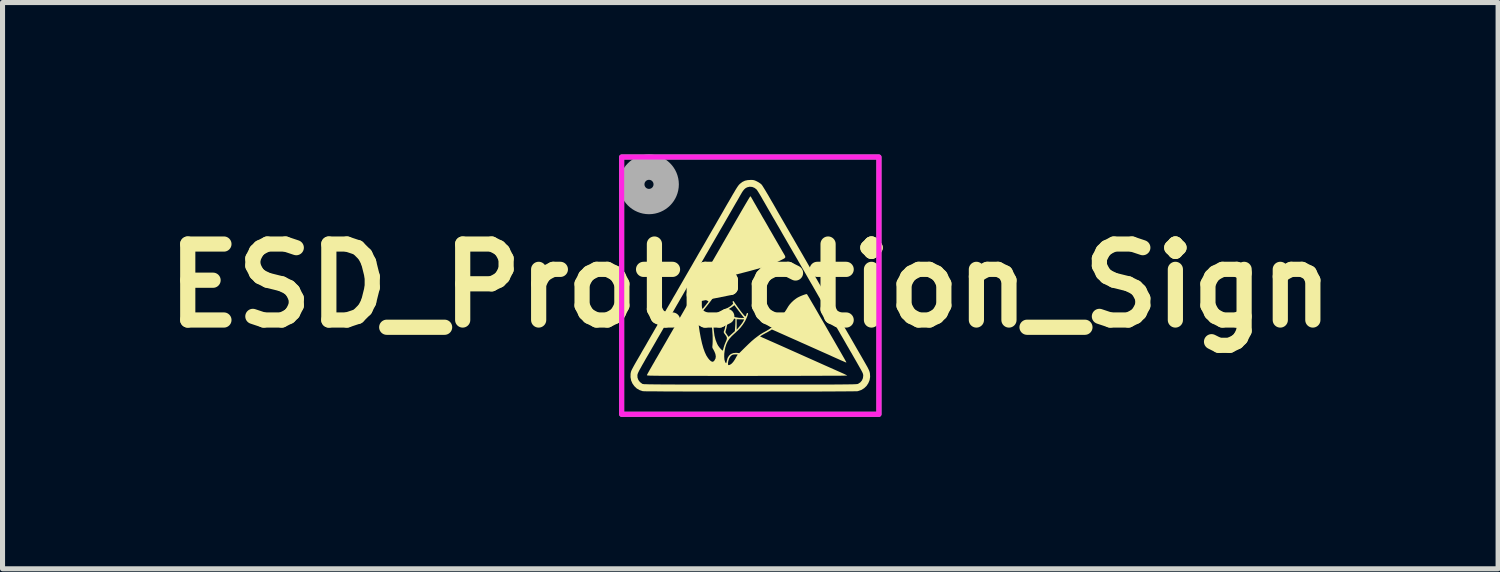
<source format=kicad_pcb>
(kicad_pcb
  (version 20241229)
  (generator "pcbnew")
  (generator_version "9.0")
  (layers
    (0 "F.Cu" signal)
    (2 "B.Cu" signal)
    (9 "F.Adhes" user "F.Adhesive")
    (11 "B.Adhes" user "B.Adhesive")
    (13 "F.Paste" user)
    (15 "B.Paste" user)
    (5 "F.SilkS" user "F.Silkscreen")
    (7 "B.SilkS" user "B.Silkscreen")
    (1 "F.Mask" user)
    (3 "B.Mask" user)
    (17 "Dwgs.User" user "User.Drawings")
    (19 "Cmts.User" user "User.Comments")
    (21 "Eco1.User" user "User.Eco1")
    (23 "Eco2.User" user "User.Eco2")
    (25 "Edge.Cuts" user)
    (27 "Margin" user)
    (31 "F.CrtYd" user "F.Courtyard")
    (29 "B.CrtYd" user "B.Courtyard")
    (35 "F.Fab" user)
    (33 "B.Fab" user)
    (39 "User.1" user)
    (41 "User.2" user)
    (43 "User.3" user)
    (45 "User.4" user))
  (footprint "ESD_Protection_Sign"
    (layer "F.Cu")
    (at 11.764 2.59)
    (property "Reference" "ESD_Protection_Sign" (at 0 0 0) (layer "F.SilkS") (effects (font (size 1.5 1.5) (thickness 0.3))))
    (attr board_only exclude_from_pos_files exclude_from_bom)
    (fp_poly (pts (xy 0.037 -2.087) (xy 0.064 -2.084) (xy 0.087 -2.078) (xy 0.115 -2.066) (xy 0.133 -2.057) (xy 0.166 -2.039) (xy 0.197 -2.018) (xy 0.22 -1.999) (xy 0.222 -1.996) (xy 0.234 -1.981) (xy 0.252 -1.953) (xy 0.275 -1.916) (xy 0.302 -1.872) (xy 0.331 -1.823) (xy 0.351 -1.79) (xy 0.379 -1.741) (xy 0.414 -1.68) (xy 0.454 -1.612) (xy 0.496 -1.539) (xy 0.539 -1.463) (xy 0.582 -1.389) (xy 0.615 -1.332) (xy 0.652 -1.268) (xy 0.688 -1.206) (xy 0.721 -1.148) (xy 0.751 -1.097) (xy 0.776 -1.054) (xy 0.795 -1.021) (xy 0.808 -0.999) (xy 0.809 -0.997) (xy 0.82 -0.977) (xy 0.836 -0.951) (xy 0.855 -0.918) (xy 0.879 -0.876) (xy 0.908 -0.826) (xy 0.942 -0.766) (xy 0.983 -0.696) (xy 1.03 -0.615) (xy 1.084 -0.521) (xy 1.145 -0.415) (xy 1.189 -0.339) (xy 1.24 -0.251) (xy 1.285 -0.173) (xy 1.326 -0.102) (xy 1.364 -0.035) (xy 1.402 0.03) (xy 1.442 0.099) (xy 1.485 0.172) (xy 1.533 0.255) (xy 1.565 0.311) (xy 1.587 0.349) (xy 1.615 0.398) (xy 1.647 0.453) (xy 1.68 0.511) (xy 1.712 0.567) (xy 1.72 0.58) (xy 1.751 0.635) (xy 1.784 0.691) (xy 1.815 0.745) (xy 1.843 0.794) (xy 1.866 0.833) (xy 1.871 0.842) (xy 1.893 0.879) (xy 1.923 0.931) (xy 1.961 0.996) (xy 2.007 1.076) (xy 2.061 1.17) (xy 2.123 1.278) (xy 2.194 1.4) (xy 2.272 1.536) (xy 2.285 1.559) (xy 2.313 1.608) (xy 2.332 1.646) (xy 2.346 1.676) (xy 2.355 1.702) (xy 2.361 1.728) (xy 2.362 1.731) (xy 2.366 1.799) (xy 2.356 1.864) (xy 2.331 1.925) (xy 2.295 1.98) (xy 2.248 2.025) (xy 2.191 2.06) (xy 2.127 2.082) (xy 2.118 2.084) (xy 2.105 2.085) (xy 2.078 2.085) (xy 2.035 2.086) (xy 1.979 2.087) (xy 1.91 2.087) (xy 1.829 2.088) (xy 1.737 2.088) (xy 1.634 2.089) (xy 1.521 2.089) (xy 1.4 2.09) (xy 1.271 2.09) (xy 1.135 2.09) (xy 0.992 2.091) (xy 0.845 2.091) (xy 0.692 2.091) (xy 0.536 2.091) (xy 0.378 2.091) (xy 0.217 2.091) (xy 0.055 2.091) (xy -0.107 2.091) (xy -0.269 2.091) (xy -0.429 2.091) (xy -0.587 2.091) (xy -0.742 2.091) (xy -0.893 2.091) (xy -1.039 2.09) (xy -1.18 2.09) (xy -1.314 2.09) (xy -1.441 2.089) (xy -1.56 2.089) (xy -1.669 2.089) (xy -1.769 2.088) (xy -1.858 2.087) (xy -1.936 2.087) (xy -2.002 2.086) (xy -2.054 2.086) (xy -2.092 2.085) (xy -2.115 2.084) (xy -2.122 2.084) (xy -2.185 2.063) (xy -2.242 2.03) (xy -2.289 1.985) (xy -2.327 1.932) (xy -2.353 1.872) (xy -2.365 1.807) (xy -2.364 1.765) (xy -2.229 1.765) (xy -2.227 1.815) (xy -2.21 1.862) (xy -2.179 1.903) (xy -2.136 1.936) (xy -2.129 1.94) (xy -2.125 1.941) (xy -2.119 1.942) (xy -2.11 1.943) (xy -2.098 1.945) (xy -2.081 1.946) (xy -2.06 1.946) (xy -2.033 1.947) (xy -2.001 1.948) (xy -1.962 1.949) (xy -1.916 1.949) (xy -1.862 1.95) (xy -1.8 1.95) (xy -1.73 1.951) (xy -1.65 1.951) (xy -1.56 1.951) (xy -1.459 1.952) (xy -1.347 1.952) (xy -1.224 1.952) (xy -1.088 1.952) (xy -0.94 1.952) (xy -0.777 1.953) (xy -0.601 1.953) (xy -0.411 1.953) (xy -0.204 1.953) (xy -0.004 1.953) (xy 0.215 1.953) (xy 0.418 1.953) (xy 0.607 1.953) (xy 0.78 1.953) (xy 0.94 1.953) (xy 1.086 1.953) (xy 1.22 1.952) (xy 1.341 1.952) (xy 1.451 1.952) (xy 1.55 1.952) (xy 1.639 1.952) (xy 1.717 1.951) (xy 1.787 1.951) (xy 1.848 1.95) (xy 1.901 1.95) (xy 1.946 1.949) (xy 1.985 1.949) (xy 2.018 1.948) (xy 2.045 1.947) (xy 2.067 1.946) (xy 2.084 1.945) (xy 2.098 1.944) (xy 2.109 1.943) (xy 2.116 1.942) (xy 2.122 1.94) (xy 2.127 1.939) (xy 2.129 1.938) (xy 2.172 1.91) (xy 2.204 1.872) (xy 2.224 1.826) (xy 2.23 1.776) (xy 2.229 1.766) (xy 2.228 1.758) (xy 2.227 1.75) (xy 2.224 1.74) (xy 2.22 1.728) (xy 2.213 1.713) (xy 2.203 1.693) (xy 2.189 1.667) (xy 2.171 1.635) (xy 2.148 1.594) (xy 2.12 1.545) (xy 2.086 1.485) (xy 2.045 1.414) (xy 1.997 1.33) (xy 1.969 1.283) (xy 1.941 1.234) (xy 1.906 1.174) (xy 1.868 1.107) (xy 1.827 1.036) (xy 1.786 0.966) (xy 1.748 0.899) (xy 1.743 0.891) (xy 1.709 0.832) (xy 1.676 0.775) (xy 1.646 0.723) (xy 1.619 0.677) (xy 1.598 0.639) (xy 1.582 0.613) (xy 1.578 0.605) (xy 1.559 0.574) (xy 1.533 0.529) (xy 1.5 0.47) (xy 1.458 0.399) (xy 1.41 0.315) (xy 1.354 0.219) (xy 1.292 0.111) (xy 1.226 -0.004) (xy 1.186 -0.072) (xy 1.144 -0.145) (xy 1.102 -0.219) (xy 1.06 -0.291) (xy 1.022 -0.356) (xy 0.99 -0.412) (xy 0.983 -0.425) (xy 0.958 -0.467) (xy 0.936 -0.506) (xy 0.915 -0.542) (xy 0.894 -0.578) (xy 0.872 -0.616) (xy 0.849 -0.655) (xy 0.824 -0.699) (xy 0.795 -0.749) (xy 0.762 -0.806) (xy 0.724 -0.872) (xy 0.68 -0.948) (xy 0.629 -1.036) (xy 0.605 -1.079) (xy 0.567 -1.145) (xy 0.527 -1.213) (xy 0.489 -1.28) (xy 0.452 -1.342) (xy 0.42 -1.398) (xy 0.393 -1.445) (xy 0.38 -1.467) (xy 0.349 -1.52) (xy 0.314 -1.582) (xy 0.277 -1.646) (xy 0.242 -1.706) (xy 0.225 -1.737) (xy 0.199 -1.781) (xy 0.174 -1.823) (xy 0.152 -1.858) (xy 0.135 -1.884) (xy 0.124 -1.899) (xy 0.124 -1.899) (xy 0.084 -1.93) (xy 0.038 -1.949) (xy -0.012 -1.953) (xy -0.06 -1.942) (xy -0.069 -1.938) (xy -0.097 -1.922) (xy -0.121 -1.9) (xy -0.146 -1.869) (xy -0.173 -1.827) (xy -0.177 -1.818) (xy -0.194 -1.79) (xy -0.217 -1.749) (xy -0.247 -1.696) (xy -0.283 -1.635) (xy -0.323 -1.566) (xy -0.366 -1.491) (xy -0.412 -1.412) (xy -0.459 -1.33) (xy -0.507 -1.247) (xy -0.555 -1.164) (xy -0.602 -1.084) (xy -0.635 -1.026) (xy -0.675 -0.957) (xy -0.716 -0.886) (xy -0.758 -0.814) (xy -0.797 -0.746) (xy -0.833 -0.683) (xy -0.864 -0.63) (xy -0.879 -0.605) (xy -0.913 -0.545) (xy -0.953 -0.476) (xy -0.994 -0.405) (xy -1.033 -0.337) (xy -1.063 -0.286) (xy -1.083 -0.251) (xy -1.101 -0.22) (xy -1.118 -0.191) (xy -1.134 -0.163) (xy -1.15 -0.136) (xy -1.167 -0.106) (xy -1.185 -0.074) (xy -1.207 -0.037) (xy -1.231 0.005) (xy -1.26 0.054) (xy -1.293 0.112) (xy -1.332 0.18) (xy -1.378 0.259) (xy -1.43 0.35) (xy -1.441 0.368) (xy -1.517 0.501) (xy -1.586 0.62) (xy -1.648 0.726) (xy -1.702 0.82) (xy -1.748 0.901) (xy -1.788 0.97) (xy -1.822 1.028) (xy -1.849 1.075) (xy -1.867 1.107) (xy -1.888 1.143) (xy -1.914 1.188) (xy -1.942 1.236) (xy -1.968 1.281) (xy -1.969 1.283) (xy -2.022 1.374) (xy -2.067 1.451) (xy -2.104 1.517) (xy -2.136 1.572) (xy -2.161 1.618) (xy -2.182 1.655) (xy -2.198 1.685) (xy -2.209 1.708) (xy -2.218 1.727) (xy -2.223 1.742) (xy -2.227 1.754) (xy -2.228 1.765) (xy -2.229 1.765) (xy -2.364 1.765) (xy -2.364 1.741) (xy -2.362 1.732) (xy -2.36 1.719) (xy -2.357 1.707) (xy -2.354 1.695) (xy -2.349 1.681) (xy -2.342 1.665) (xy -2.332 1.645) (xy -2.318 1.619) (xy -2.301 1.587) (xy -2.278 1.546) (xy -2.25 1.497) (xy -2.215 1.437) (xy -2.173 1.365) (xy -2.136 1.299) (xy -2.099 1.236) (xy -2.062 1.173) (xy -2.027 1.111) (xy -1.994 1.054) (xy -1.966 1.005) (xy -1.943 0.965) (xy -1.935 0.952) (xy -1.912 0.912) (xy -1.882 0.859) (xy -1.846 0.798) (xy -1.807 0.73) (xy -1.765 0.657) (xy -1.722 0.583) (xy -1.68 0.509) (xy -1.639 0.439) (xy -1.601 0.374) (xy -1.568 0.317) (xy -1.541 0.271) (xy -1.541 0.27) (xy -1.513 0.221) (xy -1.48 0.166) (xy -1.448 0.11) (xy -1.42 0.061) (xy -1.383 -0.003) (xy -1.342 -0.074) (xy -1.296 -0.154) (xy -1.244 -0.244) (xy -1.189 -0.339) (xy -1.154 -0.399) (xy -1.114 -0.469) (xy -1.068 -0.548) (xy -1.019 -0.634) (xy -0.966 -0.725) (xy -0.911 -0.819) (xy -0.856 -0.915) (xy -0.801 -1.011) (xy -0.747 -1.104) (xy -0.695 -1.193) (xy -0.647 -1.277) (xy -0.603 -1.353) (xy -0.565 -1.419) (xy -0.533 -1.474) (xy -0.519 -1.5) (xy -0.465 -1.594) (xy -0.418 -1.674) (xy -0.378 -1.743) (xy -0.345 -1.801) (xy -0.316 -1.849) (xy -0.293 -1.889) (xy -0.273 -1.921) (xy -0.257 -1.946) (xy -0.243 -1.966) (xy -0.232 -1.981) (xy -0.222 -1.993) (xy -0.212 -2.003) (xy -0.203 -2.012) (xy -0.203 -2.012) (xy -0.156 -2.048) (xy -0.106 -2.072) (xy -0.05 -2.084) (xy 0.001 -2.087)) (stroke (width 0) (type solid)) (fill yes) (layer "F.SilkS"))
    (fp_poly (pts (xy 0.008 -1.759) (xy 0.019 -1.744) (xy 0.02 -1.741) (xy 0.027 -1.728) (xy 0.042 -1.703) (xy 0.062 -1.667) (xy 0.088 -1.622) (xy 0.118 -1.57) (xy 0.151 -1.512) (xy 0.187 -1.45) (xy 0.198 -1.432) (xy 0.239 -1.359) (xy 0.284 -1.283) (xy 0.329 -1.205) (xy 0.372 -1.129) (xy 0.413 -1.059) (xy 0.449 -0.997) (xy 0.472 -0.956) (xy 0.506 -0.898) (xy 0.54 -0.839) (xy 0.573 -0.782) (xy 0.604 -0.729) (xy 0.629 -0.685) (xy 0.643 -0.662) (xy 0.667 -0.621) (xy 0.684 -0.591) (xy 0.691 -0.57) (xy 0.689 -0.554) (xy 0.676 -0.541) (xy 0.652 -0.527) (xy 0.615 -0.508) (xy 0.597 -0.499) (xy 0.533 -0.468) (xy 0.463 -0.439) (xy 0.387 -0.41) (xy 0.301 -0.38) (xy 0.205 -0.35) (xy 0.097 -0.319) (xy -0.024 -0.286) (xy -0.159 -0.251) (xy -0.172 -0.247) (xy -0.421 -0.185) (xy -0.458 -0.147) (xy -0.483 -0.119) (xy -0.509 -0.085) (xy -0.525 -0.06) (xy -0.546 -0.026) (xy -0.576 0.019) (xy -0.613 0.072) (xy -0.655 0.131) (xy -0.699 0.193) (xy -0.746 0.256) (xy -0.792 0.318) (xy -0.837 0.376) (xy -0.878 0.428) (xy -0.914 0.472) (xy -0.931 0.493) (xy -0.957 0.524) (xy -0.981 0.555) (xy -0.999 0.581) (xy -1.007 0.595) (xy -1.017 0.629) (xy -1.022 0.677) (xy -1.021 0.738) (xy -1.014 0.813) (xy -1.001 0.903) (xy -0.982 1.007) (xy -0.977 1.034) (xy -0.953 1.141) (xy -0.927 1.234) (xy -0.899 1.312) (xy -0.869 1.377) (xy -0.835 1.43) (xy -0.807 1.464) (xy -0.778 1.49) (xy -0.754 1.502) (xy -0.734 1.501) (xy -0.715 1.486) (xy -0.708 1.477) (xy -0.687 1.439) (xy -0.681 1.398) (xy -0.689 1.35) (xy -0.694 1.337) (xy -0.707 1.304) (xy -0.723 1.272) (xy -0.732 1.256) (xy -0.746 1.232) (xy -0.75 1.212) (xy -0.748 1.187) (xy -0.745 1.151) (xy -0.743 1.103) (xy -0.743 1.047) (xy -0.744 0.986) (xy -0.748 0.925) (xy -0.752 0.869) (xy -0.76 0.78) (xy -0.73 0.78) (xy -0.72 0.889) (xy -0.707 0.987) (xy -0.685 1.073) (xy -0.655 1.148) (xy -0.637 1.182) (xy -0.621 1.204) (xy -0.602 1.229) (xy -0.581 1.252) (xy -0.563 1.27) (xy -0.549 1.281) (xy -0.543 1.282) (xy -0.54 1.273) (xy -0.534 1.253) (xy -0.527 1.226) (xy -0.517 1.192) (xy -0.502 1.151) (xy -0.486 1.113) (xy -0.485 1.11) (xy -0.469 1.073) (xy -0.462 1.046) (xy -0.463 1.023) (xy -0.474 0.998) (xy -0.495 0.968) (xy -0.498 0.964) (xy -0.515 0.941) (xy -0.523 0.926) (xy -0.524 0.919) (xy -0.492 0.919) (xy -0.461 0.966) (xy -0.43 1.012) (xy -0.368 0.955) (xy -0.305 0.898) (xy -0.3 0.831) (xy -0.297 0.79) (xy -0.295 0.747) (xy -0.294 0.712) (xy -0.294 0.711) (xy -0.294 0.663) (xy -0.27 0.663) (xy -0.269 0.767) (xy -0.269 0.87) (xy -0.244 0.842) (xy -0.225 0.819) (xy -0.201 0.791) (xy -0.187 0.773) (xy -0.169 0.749) (xy -0.151 0.723) (xy -0.136 0.698) (xy -0.126 0.678) (xy -0.123 0.668) (xy -0.13 0.667) (xy -0.15 0.666) (xy -0.18 0.665) (xy -0.196 0.665) (xy -0.27 0.663) (xy -0.294 0.663) (xy -0.294 0.658) (xy -0.366 0.636) (xy -0.397 0.626) (xy -0.422 0.619) (xy -0.436 0.616) (xy -0.438 0.616) (xy -0.44 0.624) (xy -0.442 0.645) (xy -0.446 0.675) (xy -0.449 0.702) (xy -0.455 0.747) (xy -0.463 0.796) (xy -0.471 0.839) (xy -0.475 0.853) (xy -0.492 0.919) (xy -0.524 0.919) (xy -0.525 0.913) (xy -0.52 0.899) (xy -0.518 0.894) (xy -0.504 0.853) (xy -0.493 0.799) (xy -0.483 0.737) (xy -0.477 0.671) (xy -0.476 0.659) (xy -0.474 0.619) (xy -0.472 0.593) (xy -0.466 0.579) (xy -0.453 0.576) (xy -0.432 0.581) (xy -0.4 0.593) (xy -0.388 0.597) (xy -0.305 0.621) (xy -0.224 0.635) (xy -0.177 0.637) (xy -0.12 0.637) (xy -0.142 0.611) (xy -0.155 0.595) (xy -0.175 0.569) (xy -0.2 0.536) (xy -0.228 0.5) (xy -0.239 0.485) (xy -0.314 0.385) (xy -0.339 0.405) (xy -0.381 0.435) (xy -0.429 0.463) (xy -0.476 0.484) (xy -0.486 0.487) (xy -0.5 0.492) (xy -0.512 0.498) (xy -0.524 0.507) (xy -0.538 0.521) (xy -0.555 0.541) (xy -0.577 0.57) (xy -0.605 0.609) (xy -0.628 0.641) (xy -0.73 0.78) (xy -0.76 0.78) (xy -0.761 0.77) (xy -0.725 0.722) (xy -0.707 0.698) (xy -0.682 0.664) (xy -0.653 0.625) (xy -0.624 0.585) (xy -0.617 0.576) (xy -0.589 0.537) (xy -0.567 0.51) (xy -0.551 0.491) (xy -0.536 0.479) (xy -0.522 0.471) (xy -0.508 0.465) (xy -0.446 0.439) (xy -0.395 0.408) (xy -0.369 0.387) (xy -0.349 0.368) (xy -0.34 0.356) (xy -0.339 0.347) (xy -0.344 0.337) (xy -0.351 0.321) (xy -0.346 0.31) (xy -0.345 0.309) (xy -0.335 0.303) (xy -0.333 0.303) (xy -0.327 0.311) (xy -0.314 0.329) (xy -0.297 0.355) (xy -0.282 0.376) (xy -0.246 0.427) (xy -0.207 0.48) (xy -0.169 0.53) (xy -0.134 0.572) (xy -0.121 0.588) (xy -0.104 0.604) (xy -0.093 0.607) (xy -0.084 0.595) (xy -0.077 0.568) (xy -0.077 0.566) (xy -0.069 0.547) (xy -0.058 0.539) (xy -0.047 0.545) (xy -0.045 0.547) (xy -0.045 0.56) (xy -0.052 0.583) (xy -0.063 0.614) (xy -0.078 0.649) (xy -0.095 0.685) (xy -0.113 0.717) (xy -0.15 0.774) (xy -0.192 0.828) (xy -0.242 0.881) (xy -0.302 0.937) (xy -0.309 0.943) (xy -0.367 0.997) (xy -0.411 1.047) (xy -0.445 1.097) (xy -0.47 1.148) (xy -0.474 1.158) (xy -0.493 1.218) (xy -0.506 1.282) (xy -0.514 1.346) (xy -0.515 1.406) (xy -0.511 1.459) (xy -0.499 1.5) (xy -0.498 1.504) (xy -0.487 1.524) (xy -0.478 1.531) (xy -0.472 1.522) (xy -0.466 1.498) (xy -0.463 1.481) (xy -0.447 1.426) (xy -0.42 1.382) (xy -0.383 1.35) (xy -0.336 1.331) (xy -0.282 1.326) (xy -0.262 1.327) (xy -0.218 1.333) (xy -0.111 1.227) (xy -0.038 1.156) (xy 0.026 1.096) (xy 0.085 1.046) (xy 0.141 1.003) (xy 0.194 0.965) (xy 0.249 0.931) (xy 0.306 0.9) (xy 0.308 0.899) (xy 0.377 0.858) (xy 0.444 0.806) (xy 0.511 0.742) (xy 0.577 0.667) (xy 0.643 0.577) (xy 0.712 0.473) (xy 0.752 0.407) (xy 0.779 0.37) (xy 0.816 0.329) (xy 0.859 0.289) (xy 0.904 0.255) (xy 0.928 0.239) (xy 0.962 0.221) (xy 0.999 0.204) (xy 1.036 0.189) (xy 1.07 0.177) (xy 1.097 0.169) (xy 1.115 0.167) (xy 1.119 0.168) (xy 1.125 0.178) (xy 1.139 0.201) (xy 1.161 0.237) (xy 1.19 0.287) (xy 1.227 0.35) (xy 1.271 0.425) (xy 1.322 0.513) (xy 1.379 0.613) (xy 1.444 0.724) (xy 1.5 0.821) (xy 1.532 0.877) (xy 1.563 0.931) (xy 1.592 0.982) (xy 1.618 1.026) (xy 1.638 1.061) (xy 1.651 1.083) (xy 1.706 1.179) (xy 1.755 1.264) (xy 1.797 1.337) (xy 1.832 1.398) (xy 1.859 1.445) (xy 1.878 1.48) (xy 1.89 1.501) (xy 1.893 1.507) (xy 1.895 1.511) (xy 1.896 1.515) (xy 1.896 1.517) (xy 1.893 1.517) (xy 1.886 1.515) (xy 1.873 1.51) (xy 1.853 1.501) (xy 1.825 1.489) (xy 1.787 1.473) (xy 1.739 1.451) (xy 1.678 1.424) (xy 1.603 1.39) (xy 1.602 1.389) (xy 1.533 1.358) (xy 1.456 1.324) (xy 1.373 1.287) (xy 1.286 1.248) (xy 1.196 1.208) (xy 1.105 1.167) (xy 1.014 1.127) (xy 0.926 1.087) (xy 0.842 1.05) (xy 0.763 1.015) (xy 0.692 0.983) (xy 0.629 0.955) (xy 0.577 0.932) (xy 0.537 0.914) (xy 0.517 0.905) (xy 0.426 0.865) (xy 0.403 0.881) (xy 0.386 0.891) (xy 0.358 0.907) (xy 0.326 0.925) (xy 0.306 0.935) (xy 0.273 0.953) (xy 0.243 0.97) (xy 0.22 0.983) (xy 0.213 0.988) (xy 0.192 1.004) (xy 0.213 1.012) (xy 0.224 1.017) (xy 0.248 1.028) (xy 0.285 1.044) (xy 0.332 1.065) (xy 0.388 1.09) (xy 0.452 1.118) (xy 0.522 1.149) (xy 0.596 1.182) (xy 0.621 1.193) (xy 0.795 1.271) (xy 0.957 1.343) (xy 1.106 1.41) (xy 1.241 1.47) (xy 1.364 1.525) (xy 1.473 1.574) (xy 1.568 1.616) (xy 1.649 1.652) (xy 1.716 1.682) (xy 1.768 1.705) (xy 1.806 1.722) (xy 1.808 1.723) (xy 1.846 1.74) (xy 1.877 1.755) (xy 1.9 1.767) (xy 1.912 1.774) (xy 1.912 1.775) (xy 1.904 1.776) (xy 1.881 1.776) (xy 1.842 1.777) (xy 1.789 1.778) (xy 1.723 1.778) (xy 1.643 1.778) (xy 1.552 1.779) (xy 1.449 1.779) (xy 1.336 1.78) (xy 1.212 1.78) (xy 1.079 1.78) (xy 0.938 1.781) (xy 0.789 1.781) (xy 0.632 1.781) (xy 0.469 1.781) (xy 0.3 1.781) (xy 0.126 1.782) (xy -0.052 1.782) (xy -0.066 1.782) (xy -0.279 1.782) (xy -0.475 1.782) (xy -0.656 1.782) (xy -0.823 1.782) (xy -0.976 1.781) (xy -1.115 1.781) (xy -1.242 1.781) (xy -1.357 1.781) (xy -1.46 1.781) (xy -1.552 1.781) (xy -1.635 1.78) (xy -1.707 1.78) (xy -1.77 1.78) (xy -1.825 1.779) (xy -1.872 1.779) (xy -1.911 1.778) (xy -1.944 1.777) (xy -1.971 1.777) (xy -1.993 1.776) (xy -2.009 1.775) (xy -2.022 1.774) (xy -2.03 1.773) (xy -2.036 1.771) (xy -2.039 1.77) (xy -2.041 1.768) (xy -2.041 1.767) (xy -2.041 1.765) (xy -2.036 1.755) (xy -2.024 1.732) (xy -2.005 1.698) (xy -1.981 1.655) (xy -1.952 1.605) (xy -1.921 1.55) (xy -0.44 1.55) (xy -0.436 1.566) (xy -0.424 1.57) (xy -0.402 1.562) (xy -0.393 1.557) (xy -0.364 1.536) (xy -0.335 1.503) (xy -0.306 1.461) (xy -0.29 1.433) (xy -0.276 1.406) (xy -0.262 1.383) (xy -0.254 1.371) (xy -0.249 1.363) (xy -0.252 1.359) (xy -0.265 1.357) (xy -0.292 1.357) (xy -0.327 1.359) (xy -0.353 1.366) (xy -0.369 1.375) (xy -0.396 1.402) (xy -0.419 1.441) (xy -0.434 1.488) (xy -0.439 1.52) (xy -0.44 1.55) (xy -1.921 1.55) (xy -1.92 1.549) (xy -1.885 1.489) (xy -1.884 1.485) (xy -1.847 1.423) (xy -1.814 1.366) (xy -1.784 1.314) (xy -1.755 1.264) (xy -1.726 1.214) (xy -1.697 1.164) (xy -1.666 1.111) (xy -1.633 1.053) (xy -1.597 0.99) (xy -1.556 0.919) (xy -1.509 0.838) (xy -1.456 0.746) (xy -1.41 0.666) (xy -1.373 0.603) (xy -1.339 0.544) (xy -1.309 0.492) (xy -1.283 0.446) (xy -1.262 0.41) (xy -1.247 0.384) (xy -1.239 0.371) (xy -1.237 0.369) (xy -1.229 0.371) (xy -1.209 0.379) (xy -1.178 0.391) (xy -1.14 0.408) (xy -1.104 0.424) (xy -1.061 0.443) (xy -1.023 0.459) (xy -0.992 0.472) (xy -0.972 0.48) (xy -0.965 0.482) (xy -0.958 0.476) (xy -0.943 0.46) (xy -0.923 0.437) (xy -0.9 0.409) (xy -0.877 0.381) (xy -0.856 0.353) (xy -0.838 0.331) (xy -0.828 0.315) (xy -0.825 0.311) (xy -0.831 0.307) (xy -0.847 0.298) (xy -0.875 0.285) (xy -0.916 0.266) (xy -0.97 0.242) (xy -1.039 0.211) (xy -1.048 0.207) (xy -1.079 0.193) (xy -1.103 0.181) (xy -1.117 0.173) (xy -1.12 0.17) (xy -1.116 0.162) (xy -1.105 0.142) (xy -1.087 0.11) (xy -1.065 0.071) (xy -1.038 0.024) (xy -1.008 -0.028) (xy -1 -0.042) (xy -0.969 -0.097) (xy -0.939 -0.147) (xy -0.913 -0.193) (xy -0.891 -0.231) (xy -0.875 -0.259) (xy -0.865 -0.276) (xy -0.864 -0.278) (xy -0.856 -0.293) (xy -0.84 -0.32) (xy -0.819 -0.356) (xy -0.794 -0.399) (xy -0.767 -0.447) (xy -0.754 -0.47) (xy -0.723 -0.523) (xy -0.686 -0.587) (xy -0.646 -0.656) (xy -0.605 -0.727) (xy -0.565 -0.796) (xy -0.539 -0.842) (xy -0.509 -0.893) (xy -0.473 -0.956) (xy -0.431 -1.028) (xy -0.386 -1.106) (xy -0.339 -1.188) (xy -0.291 -1.271) (xy -0.244 -1.352) (xy -0.213 -1.406) (xy -0.173 -1.475) (xy -0.135 -1.54) (xy -0.1 -1.6) (xy -0.069 -1.652) (xy -0.043 -1.696) (xy -0.022 -1.73) (xy -0.008 -1.753) (xy -0.001 -1.763) (xy -0.000206 -1.764)) (stroke (width 0) (type solid)) (fill yes) (layer "F.SilkS"))
    (fp_rect (start -2.54 -2.54) (end 2.54 2.54) (stroke (width 0.1) (type default)) (fill no) (layer "F.CrtYd"))
    (fp_rect (start -2.54 -2.54) (end 2.54 2.54) (stroke (width 0.1) (type default)) (fill no) (layer "F.Fab"))
    (fp_circle (center -2 -2) (end -1.96 -1.92) (stroke (width 0.5) (type default)) (fill no) (layer "F.Fab")))
  (gr_rect
    (start -3 -3)
    (end 26.529 8.18)
    (stroke (width 0.1) (type default))
    (fill no)
    (layer "Edge.Cuts")))
</source>
